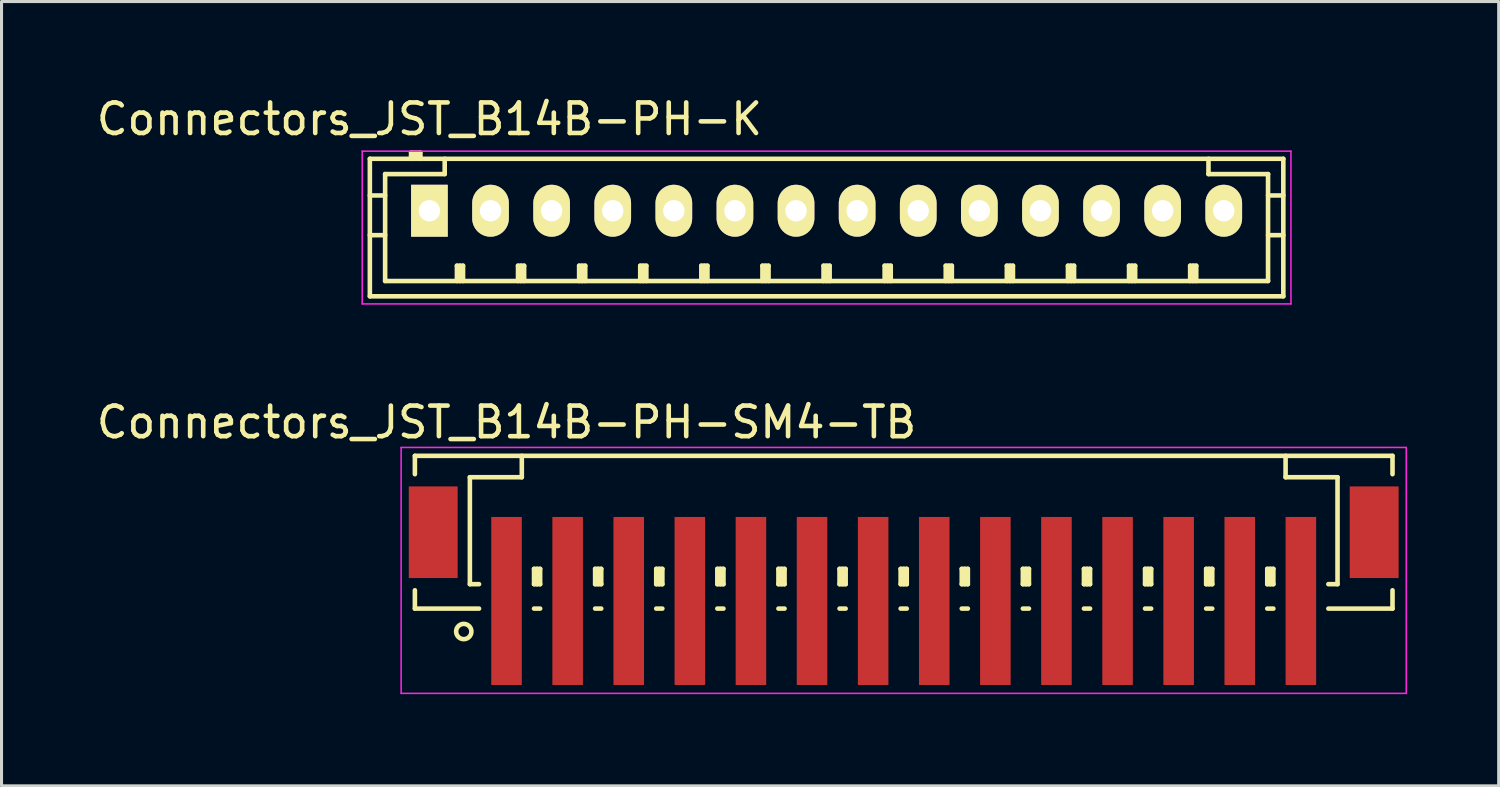
<source format=kicad_pcb>
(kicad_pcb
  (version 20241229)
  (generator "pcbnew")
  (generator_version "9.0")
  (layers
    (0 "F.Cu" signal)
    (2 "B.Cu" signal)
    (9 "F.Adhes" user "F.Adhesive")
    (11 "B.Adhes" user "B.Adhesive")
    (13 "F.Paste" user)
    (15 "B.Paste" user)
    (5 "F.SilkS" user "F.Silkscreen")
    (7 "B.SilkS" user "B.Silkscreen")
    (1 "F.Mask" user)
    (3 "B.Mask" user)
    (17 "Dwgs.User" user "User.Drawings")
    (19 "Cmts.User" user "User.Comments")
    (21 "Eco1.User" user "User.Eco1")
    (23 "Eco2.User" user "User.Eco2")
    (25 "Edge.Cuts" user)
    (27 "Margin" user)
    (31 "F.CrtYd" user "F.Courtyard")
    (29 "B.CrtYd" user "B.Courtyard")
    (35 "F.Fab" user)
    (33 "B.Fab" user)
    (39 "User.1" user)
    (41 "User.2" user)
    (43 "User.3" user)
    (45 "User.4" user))
  (footprint "Connectors_JST_B14B-PH-SM4-TB"
    (layer "F.Cu")
    (at 26.53 15.496)
    (property "Reference" "Connectors_JST_B14B-PH-SM4-TB" (at -13 -4.725 0) (layer "F.SilkS") (effects (font (size 1 1) (thickness 0.15))))
    (attr smd)
    (fp_line (start -16 -3.625) (end 16 -3.625) (stroke (width 0.15) (type solid)) (layer "F.SilkS"))
    (fp_line (start -16 -3.025) (end -16 -3.625) (stroke (width 0.15) (type solid)) (layer "F.SilkS"))
    (fp_line (start -16 0.775) (end -16 1.375) (stroke (width 0.15) (type solid)) (layer "F.SilkS"))
    (fp_line (start -16 1.375) (end -13.9 1.375) (stroke (width 0.15) (type solid)) (layer "F.SilkS"))
    (fp_line (start -14.2 -2.925) (end -14.2 0.575) (stroke (width 0.15) (type solid)) (layer "F.SilkS"))
    (fp_line (start -14.2 0.575) (end -13.9 0.575) (stroke (width 0.15) (type solid)) (layer "F.SilkS"))
    (fp_line (start -12.5 -3.625) (end -12.5 -2.925) (stroke (width 0.15) (type solid)) (layer "F.SilkS"))
    (fp_line (start -12.5 -2.925) (end -14.2 -2.925) (stroke (width 0.15) (type solid)) (layer "F.SilkS"))
    (fp_line (start -12.1 0.075) (end -11.9 0.075) (stroke (width 0.15) (type solid)) (layer "F.SilkS"))
    (fp_line (start -12.1 0.575) (end -12.1 0.075) (stroke (width 0.15) (type solid)) (layer "F.SilkS"))
    (fp_line (start -12.1 0.575) (end -11.9 0.575) (stroke (width 0.15) (type solid)) (layer "F.SilkS"))
    (fp_line (start -12.1 1.375) (end -11.9 1.375) (stroke (width 0.15) (type solid)) (layer "F.SilkS"))
    (fp_line (start -12 0.575) (end -12 0.075) (stroke (width 0.15) (type solid)) (layer "F.SilkS"))
    (fp_line (start -11.9 0.075) (end -11.9 0.575) (stroke (width 0.15) (type solid)) (layer "F.SilkS"))
    (fp_line (start -10.1 0.075) (end -9.9 0.075) (stroke (width 0.15) (type solid)) (layer "F.SilkS"))
    (fp_line (start -10.1 0.575) (end -10.1 0.075) (stroke (width 0.15) (type solid)) (layer "F.SilkS"))
    (fp_line (start -10.1 0.575) (end -9.9 0.575) (stroke (width 0.15) (type solid)) (layer "F.SilkS"))
    (fp_line (start -10.1 1.375) (end -9.9 1.375) (stroke (width 0.15) (type solid)) (layer "F.SilkS"))
    (fp_line (start -10 0.575) (end -10 0.075) (stroke (width 0.15) (type solid)) (layer "F.SilkS"))
    (fp_line (start -9.9 0.075) (end -9.9 0.575) (stroke (width 0.15) (type solid)) (layer "F.SilkS"))
    (fp_line (start -8.1 0.075) (end -7.9 0.075) (stroke (width 0.15) (type solid)) (layer "F.SilkS"))
    (fp_line (start -8.1 0.575) (end -8.1 0.075) (stroke (width 0.15) (type solid)) (layer "F.SilkS"))
    (fp_line (start -8.1 0.575) (end -7.9 0.575) (stroke (width 0.15) (type solid)) (layer "F.SilkS"))
    (fp_line (start -8.1 1.375) (end -7.9 1.375) (stroke (width 0.15) (type solid)) (layer "F.SilkS"))
    (fp_line (start -8 0.575) (end -8 0.075) (stroke (width 0.15) (type solid)) (layer "F.SilkS"))
    (fp_line (start -7.9 0.075) (end -7.9 0.575) (stroke (width 0.15) (type solid)) (layer "F.SilkS"))
    (fp_line (start -6.1 0.075) (end -5.9 0.075) (stroke (width 0.15) (type solid)) (layer "F.SilkS"))
    (fp_line (start -6.1 0.575) (end -6.1 0.075) (stroke (width 0.15) (type solid)) (layer "F.SilkS"))
    (fp_line (start -6.1 0.575) (end -5.9 0.575) (stroke (width 0.15) (type solid)) (layer "F.SilkS"))
    (fp_line (start -6.1 1.375) (end -5.9 1.375) (stroke (width 0.15) (type solid)) (layer "F.SilkS"))
    (fp_line (start -6 0.575) (end -6 0.075) (stroke (width 0.15) (type solid)) (layer "F.SilkS"))
    (fp_line (start -5.9 0.075) (end -5.9 0.575) (stroke (width 0.15) (type solid)) (layer "F.SilkS"))
    (fp_line (start -4.1 0.075) (end -3.9 0.075) (stroke (width 0.15) (type solid)) (layer "F.SilkS"))
    (fp_line (start -4.1 0.575) (end -4.1 0.075) (stroke (width 0.15) (type solid)) (layer "F.SilkS"))
    (fp_line (start -4.1 0.575) (end -3.9 0.575) (stroke (width 0.15) (type solid)) (layer "F.SilkS"))
    (fp_line (start -4.1 1.375) (end -3.9 1.375) (stroke (width 0.15) (type solid)) (layer "F.SilkS"))
    (fp_line (start -4 0.575) (end -4 0.075) (stroke (width 0.15) (type solid)) (layer "F.SilkS"))
    (fp_line (start -3.9 0.075) (end -3.9 0.575) (stroke (width 0.15) (type solid)) (layer "F.SilkS"))
    (fp_line (start -2.1 0.075) (end -1.9 0.075) (stroke (width 0.15) (type solid)) (layer "F.SilkS"))
    (fp_line (start -2.1 0.575) (end -2.1 0.075) (stroke (width 0.15) (type solid)) (layer "F.SilkS"))
    (fp_line (start -2.1 0.575) (end -1.9 0.575) (stroke (width 0.15) (type solid)) (layer "F.SilkS"))
    (fp_line (start -2.1 1.375) (end -1.9 1.375) (stroke (width 0.15) (type solid)) (layer "F.SilkS"))
    (fp_line (start -2 0.575) (end -2 0.075) (stroke (width 0.15) (type solid)) (layer "F.SilkS"))
    (fp_line (start -1.9 0.075) (end -1.9 0.575) (stroke (width 0.15) (type solid)) (layer "F.SilkS"))
    (fp_line (start -0.1 0.075) (end 0.1 0.075) (stroke (width 0.15) (type solid)) (layer "F.SilkS"))
    (fp_line (start -0.1 0.575) (end -0.1 0.075) (stroke (width 0.15) (type solid)) (layer "F.SilkS"))
    (fp_line (start -0.1 0.575) (end 0.1 0.575) (stroke (width 0.15) (type solid)) (layer "F.SilkS"))
    (fp_line (start -0.1 1.375) (end 0.1 1.375) (stroke (width 0.15) (type solid)) (layer "F.SilkS"))
    (fp_line (start 0 0.575) (end 0 0.075) (stroke (width 0.15) (type solid)) (layer "F.SilkS"))
    (fp_line (start 0.1 0.075) (end 0.1 0.575) (stroke (width 0.15) (type solid)) (layer "F.SilkS"))
    (fp_line (start 1.9 0.075) (end 2.1 0.075) (stroke (width 0.15) (type solid)) (layer "F.SilkS"))
    (fp_line (start 1.9 0.575) (end 1.9 0.075) (stroke (width 0.15) (type solid)) (layer "F.SilkS"))
    (fp_line (start 1.9 0.575) (end 2.1 0.575) (stroke (width 0.15) (type solid)) (layer "F.SilkS"))
    (fp_line (start 1.9 1.375) (end 2.1 1.375) (stroke (width 0.15) (type solid)) (layer "F.SilkS"))
    (fp_line (start 2 0.575) (end 2 0.075) (stroke (width 0.15) (type solid)) (layer "F.SilkS"))
    (fp_line (start 2.1 0.075) (end 2.1 0.575) (stroke (width 0.15) (type solid)) (layer "F.SilkS"))
    (fp_line (start 3.9 0.075) (end 4.1 0.075) (stroke (width 0.15) (type solid)) (layer "F.SilkS"))
    (fp_line (start 3.9 0.575) (end 3.9 0.075) (stroke (width 0.15) (type solid)) (layer "F.SilkS"))
    (fp_line (start 3.9 0.575) (end 4.1 0.575) (stroke (width 0.15) (type solid)) (layer "F.SilkS"))
    (fp_line (start 3.9 1.375) (end 4.1 1.375) (stroke (width 0.15) (type solid)) (layer "F.SilkS"))
    (fp_line (start 4 0.575) (end 4 0.075) (stroke (width 0.15) (type solid)) (layer "F.SilkS"))
    (fp_line (start 4.1 0.075) (end 4.1 0.575) (stroke (width 0.15) (type solid)) (layer "F.SilkS"))
    (fp_line (start 5.9 0.075) (end 6.1 0.075) (stroke (width 0.15) (type solid)) (layer "F.SilkS"))
    (fp_line (start 5.9 0.575) (end 5.9 0.075) (stroke (width 0.15) (type solid)) (layer "F.SilkS"))
    (fp_line (start 5.9 0.575) (end 6.1 0.575) (stroke (width 0.15) (type solid)) (layer "F.SilkS"))
    (fp_line (start 5.9 1.375) (end 6.1 1.375) (stroke (width 0.15) (type solid)) (layer "F.SilkS"))
    (fp_line (start 6 0.575) (end 6 0.075) (stroke (width 0.15) (type solid)) (layer "F.SilkS"))
    (fp_line (start 6.1 0.075) (end 6.1 0.575) (stroke (width 0.15) (type solid)) (layer "F.SilkS"))
    (fp_line (start 7.9 0.075) (end 8.1 0.075) (stroke (width 0.15) (type solid)) (layer "F.SilkS"))
    (fp_line (start 7.9 0.575) (end 7.9 0.075) (stroke (width 0.15) (type solid)) (layer "F.SilkS"))
    (fp_line (start 7.9 0.575) (end 8.1 0.575) (stroke (width 0.15) (type solid)) (layer "F.SilkS"))
    (fp_line (start 7.9 1.375) (end 8.1 1.375) (stroke (width 0.15) (type solid)) (layer "F.SilkS"))
    (fp_line (start 8 0.575) (end 8 0.075) (stroke (width 0.15) (type solid)) (layer "F.SilkS"))
    (fp_line (start 8.1 0.075) (end 8.1 0.575) (stroke (width 0.15) (type solid)) (layer "F.SilkS"))
    (fp_line (start 9.9 0.075) (end 10.1 0.075) (stroke (width 0.15) (type solid)) (layer "F.SilkS"))
    (fp_line (start 9.9 0.575) (end 9.9 0.075) (stroke (width 0.15) (type solid)) (layer "F.SilkS"))
    (fp_line (start 9.9 0.575) (end 10.1 0.575) (stroke (width 0.15) (type solid)) (layer "F.SilkS"))
    (fp_line (start 9.9 1.375) (end 10.1 1.375) (stroke (width 0.15) (type solid)) (layer "F.SilkS"))
    (fp_line (start 10 0.575) (end 10 0.075) (stroke (width 0.15) (type solid)) (layer "F.SilkS"))
    (fp_line (start 10.1 0.075) (end 10.1 0.575) (stroke (width 0.15) (type solid)) (layer "F.SilkS"))
    (fp_line (start 11.9 0.075) (end 12.1 0.075) (stroke (width 0.15) (type solid)) (layer "F.SilkS"))
    (fp_line (start 11.9 0.575) (end 11.9 0.075) (stroke (width 0.15) (type solid)) (layer "F.SilkS"))
    (fp_line (start 11.9 0.575) (end 12.1 0.575) (stroke (width 0.15) (type solid)) (layer "F.SilkS"))
    (fp_line (start 11.9 1.375) (end 12.1 1.375) (stroke (width 0.15) (type solid)) (layer "F.SilkS"))
    (fp_line (start 12 0.575) (end 12 0.075) (stroke (width 0.15) (type solid)) (layer "F.SilkS"))
    (fp_line (start 12.1 0.075) (end 12.1 0.575) (stroke (width 0.15) (type solid)) (layer "F.SilkS"))
    (fp_line (start 12.5 -3.625) (end 12.5 -2.925) (stroke (width 0.15) (type solid)) (layer "F.SilkS"))
    (fp_line (start 12.5 -2.925) (end 14.2 -2.925) (stroke (width 0.15) (type solid)) (layer "F.SilkS"))
    (fp_line (start 14.2 -2.925) (end 14.2 0.575) (stroke (width 0.15) (type solid)) (layer "F.SilkS"))
    (fp_line (start 14.2 0.575) (end 13.9 0.575) (stroke (width 0.15) (type solid)) (layer "F.SilkS"))
    (fp_line (start 16 -3.625) (end 16 -3.025) (stroke (width 0.15) (type solid)) (layer "F.SilkS"))
    (fp_line (start 16 0.775) (end 16 1.375) (stroke (width 0.15) (type solid)) (layer "F.SilkS"))
    (fp_line (start 16 1.375) (end 13.9 1.375) (stroke (width 0.15) (type solid)) (layer "F.SilkS"))
    (fp_circle (center -14.4 2.125) (end -14.15 2.125) (stroke (width 0.15) (type solid)) (fill no) (layer "F.SilkS"))
    (fp_line (start -16.45 -3.9) (end 16.45 -3.9) (stroke (width 0.05) (type solid)) (layer "F.CrtYd"))
    (fp_line (start -16.45 4.15) (end -16.45 -3.9) (stroke (width 0.05) (type solid)) (layer "F.CrtYd"))
    (fp_line (start 16.45 -3.9) (end 16.45 4.15) (stroke (width 0.05) (type solid)) (layer "F.CrtYd"))
    (fp_line (start 16.45 4.15) (end -16.45 4.15) (stroke (width 0.05) (type solid)) (layer "F.CrtYd"))
    (pad "" smd rect (at -15.4 -1.125) (size 1.6 3) (layers "F.Cu" "F.Mask" "F.Paste"))
    (pad "" smd rect (at 15.4 -1.125) (size 1.6 3) (layers "F.Cu" "F.Mask" "F.Paste"))
    (pad "1" smd rect (at -13 1.125) (size 1 5.5) (layers "F.Cu" "F.Mask" "F.Paste"))
    (pad "2" smd rect (at -11 1.125) (size 1 5.5) (layers "F.Cu" "F.Mask" "F.Paste"))
    (pad "3" smd rect (at -9 1.125) (size 1 5.5) (layers "F.Cu" "F.Mask" "F.Paste"))
    (pad "4" smd rect (at -7 1.125) (size 1 5.5) (layers "F.Cu" "F.Mask" "F.Paste"))
    (pad "5" smd rect (at -5 1.125) (size 1 5.5) (layers "F.Cu" "F.Mask" "F.Paste"))
    (pad "6" smd rect (at -3 1.125) (size 1 5.5) (layers "F.Cu" "F.Mask" "F.Paste"))
    (pad "7" smd rect (at -1 1.125) (size 1 5.5) (layers "F.Cu" "F.Mask" "F.Paste"))
    (pad "8" smd rect (at 1 1.125) (size 1 5.5) (layers "F.Cu" "F.Mask" "F.Paste"))
    (pad "9" smd rect (at 3 1.125) (size 1 5.5) (layers "F.Cu" "F.Mask" "F.Paste"))
    (pad "10" smd rect (at 5 1.125) (size 1 5.5) (layers "F.Cu" "F.Mask" "F.Paste"))
    (pad "11" smd rect (at 7 1.125) (size 1 5.5) (layers "F.Cu" "F.Mask" "F.Paste"))
    (pad "12" smd rect (at 9 1.125) (size 1 5.5) (layers "F.Cu" "F.Mask" "F.Paste"))
    (pad "13" smd rect (at 11 1.125) (size 1 5.5) (layers "F.Cu" "F.Mask" "F.Paste"))
    (pad "14" smd rect (at 13 1.125) (size 1 5.5) (layers "F.Cu" "F.Mask" "F.Paste")))
  (footprint "Connectors_JST_B14B-PH-K"
    (layer "F.Cu")
    (at 11.006 3.848)
    (property "Reference" "Connectors_JST_B14B-PH-K" (at 0 -3 0) (layer "F.SilkS") (effects (font (size 1 1) (thickness 0.15))))
    (attr through_hole)
    (fp_line (start -1.95 -1.7) (end 27.95 -1.7) (stroke (width 0.15) (type solid)) (layer "F.SilkS"))
    (fp_line (start -1.95 -0.5) (end -1.45 -0.5) (stroke (width 0.15) (type solid)) (layer "F.SilkS"))
    (fp_line (start -1.95 0.8) (end -1.45 0.8) (stroke (width 0.15) (type solid)) (layer "F.SilkS"))
    (fp_line (start -1.95 2.8) (end -1.95 -1.7) (stroke (width 0.15) (type solid)) (layer "F.SilkS"))
    (fp_line (start -1.45 -1.2) (end -1.45 2.3) (stroke (width 0.15) (type solid)) (layer "F.SilkS"))
    (fp_line (start -1.45 2.3) (end 27.45 2.3) (stroke (width 0.15) (type solid)) (layer "F.SilkS"))
    (fp_line (start -0.6 -1.9) (end -0.6 -1.7) (stroke (width 0.15) (type solid)) (layer "F.SilkS"))
    (fp_line (start -0.3 -1.9) (end -0.6 -1.9) (stroke (width 0.15) (type solid)) (layer "F.SilkS"))
    (fp_line (start -0.3 -1.8) (end -0.6 -1.8) (stroke (width 0.15) (type solid)) (layer "F.SilkS"))
    (fp_line (start -0.3 -1.7) (end -0.3 -1.9) (stroke (width 0.15) (type solid)) (layer "F.SilkS"))
    (fp_line (start 0.5 -1.7) (end 0.5 -1.2) (stroke (width 0.15) (type solid)) (layer "F.SilkS"))
    (fp_line (start 0.5 -1.2) (end -1.45 -1.2) (stroke (width 0.15) (type solid)) (layer "F.SilkS"))
    (fp_line (start 0.9 1.8) (end 1.1 1.8) (stroke (width 0.15) (type solid)) (layer "F.SilkS"))
    (fp_line (start 0.9 2.3) (end 0.9 1.8) (stroke (width 0.15) (type solid)) (layer "F.SilkS"))
    (fp_line (start 1 2.3) (end 1 1.8) (stroke (width 0.15) (type solid)) (layer "F.SilkS"))
    (fp_line (start 1.1 1.8) (end 1.1 2.3) (stroke (width 0.15) (type solid)) (layer "F.SilkS"))
    (fp_line (start 2.9 1.8) (end 3.1 1.8) (stroke (width 0.15) (type solid)) (layer "F.SilkS"))
    (fp_line (start 2.9 2.3) (end 2.9 1.8) (stroke (width 0.15) (type solid)) (layer "F.SilkS"))
    (fp_line (start 3 2.3) (end 3 1.8) (stroke (width 0.15) (type solid)) (layer "F.SilkS"))
    (fp_line (start 3.1 1.8) (end 3.1 2.3) (stroke (width 0.15) (type solid)) (layer "F.SilkS"))
    (fp_line (start 4.9 1.8) (end 5.1 1.8) (stroke (width 0.15) (type solid)) (layer "F.SilkS"))
    (fp_line (start 4.9 2.3) (end 4.9 1.8) (stroke (width 0.15) (type solid)) (layer "F.SilkS"))
    (fp_line (start 5 2.3) (end 5 1.8) (stroke (width 0.15) (type solid)) (layer "F.SilkS"))
    (fp_line (start 5.1 1.8) (end 5.1 2.3) (stroke (width 0.15) (type solid)) (layer "F.SilkS"))
    (fp_line (start 6.9 1.8) (end 7.1 1.8) (stroke (width 0.15) (type solid)) (layer "F.SilkS"))
    (fp_line (start 6.9 2.3) (end 6.9 1.8) (stroke (width 0.15) (type solid)) (layer "F.SilkS"))
    (fp_line (start 7 2.3) (end 7 1.8) (stroke (width 0.15) (type solid)) (layer "F.SilkS"))
    (fp_line (start 7.1 1.8) (end 7.1 2.3) (stroke (width 0.15) (type solid)) (layer "F.SilkS"))
    (fp_line (start 8.9 1.8) (end 9.1 1.8) (stroke (width 0.15) (type solid)) (layer "F.SilkS"))
    (fp_line (start 8.9 2.3) (end 8.9 1.8) (stroke (width 0.15) (type solid)) (layer "F.SilkS"))
    (fp_line (start 9 2.3) (end 9 1.8) (stroke (width 0.15) (type solid)) (layer "F.SilkS"))
    (fp_line (start 9.1 1.8) (end 9.1 2.3) (stroke (width 0.15) (type solid)) (layer "F.SilkS"))
    (fp_line (start 10.9 1.8) (end 11.1 1.8) (stroke (width 0.15) (type solid)) (layer "F.SilkS"))
    (fp_line (start 10.9 2.3) (end 10.9 1.8) (stroke (width 0.15) (type solid)) (layer "F.SilkS"))
    (fp_line (start 11 2.3) (end 11 1.8) (stroke (width 0.15) (type solid)) (layer "F.SilkS"))
    (fp_line (start 11.1 1.8) (end 11.1 2.3) (stroke (width 0.15) (type solid)) (layer "F.SilkS"))
    (fp_line (start 12.9 1.8) (end 13.1 1.8) (stroke (width 0.15) (type solid)) (layer "F.SilkS"))
    (fp_line (start 12.9 2.3) (end 12.9 1.8) (stroke (width 0.15) (type solid)) (layer "F.SilkS"))
    (fp_line (start 13 2.3) (end 13 1.8) (stroke (width 0.15) (type solid)) (layer "F.SilkS"))
    (fp_line (start 13.1 1.8) (end 13.1 2.3) (stroke (width 0.15) (type solid)) (layer "F.SilkS"))
    (fp_line (start 14.9 1.8) (end 15.1 1.8) (stroke (width 0.15) (type solid)) (layer "F.SilkS"))
    (fp_line (start 14.9 2.3) (end 14.9 1.8) (stroke (width 0.15) (type solid)) (layer "F.SilkS"))
    (fp_line (start 15 2.3) (end 15 1.8) (stroke (width 0.15) (type solid)) (layer "F.SilkS"))
    (fp_line (start 15.1 1.8) (end 15.1 2.3) (stroke (width 0.15) (type solid)) (layer "F.SilkS"))
    (fp_line (start 16.9 1.8) (end 17.1 1.8) (stroke (width 0.15) (type solid)) (layer "F.SilkS"))
    (fp_line (start 16.9 2.3) (end 16.9 1.8) (stroke (width 0.15) (type solid)) (layer "F.SilkS"))
    (fp_line (start 17 2.3) (end 17 1.8) (stroke (width 0.15) (type solid)) (layer "F.SilkS"))
    (fp_line (start 17.1 1.8) (end 17.1 2.3) (stroke (width 0.15) (type solid)) (layer "F.SilkS"))
    (fp_line (start 18.9 1.8) (end 19.1 1.8) (stroke (width 0.15) (type solid)) (layer "F.SilkS"))
    (fp_line (start 18.9 2.3) (end 18.9 1.8) (stroke (width 0.15) (type solid)) (layer "F.SilkS"))
    (fp_line (start 19 2.3) (end 19 1.8) (stroke (width 0.15) (type solid)) (layer "F.SilkS"))
    (fp_line (start 19.1 1.8) (end 19.1 2.3) (stroke (width 0.15) (type solid)) (layer "F.SilkS"))
    (fp_line (start 20.9 1.8) (end 21.1 1.8) (stroke (width 0.15) (type solid)) (layer "F.SilkS"))
    (fp_line (start 20.9 2.3) (end 20.9 1.8) (stroke (width 0.15) (type solid)) (layer "F.SilkS"))
    (fp_line (start 21 2.3) (end 21 1.8) (stroke (width 0.15) (type solid)) (layer "F.SilkS"))
    (fp_line (start 21.1 1.8) (end 21.1 2.3) (stroke (width 0.15) (type solid)) (layer "F.SilkS"))
    (fp_line (start 22.9 1.8) (end 23.1 1.8) (stroke (width 0.15) (type solid)) (layer "F.SilkS"))
    (fp_line (start 22.9 2.3) (end 22.9 1.8) (stroke (width 0.15) (type solid)) (layer "F.SilkS"))
    (fp_line (start 23 2.3) (end 23 1.8) (stroke (width 0.15) (type solid)) (layer "F.SilkS"))
    (fp_line (start 23.1 1.8) (end 23.1 2.3) (stroke (width 0.15) (type solid)) (layer "F.SilkS"))
    (fp_line (start 24.9 1.8) (end 25.1 1.8) (stroke (width 0.15) (type solid)) (layer "F.SilkS"))
    (fp_line (start 24.9 2.3) (end 24.9 1.8) (stroke (width 0.15) (type solid)) (layer "F.SilkS"))
    (fp_line (start 25 2.3) (end 25 1.8) (stroke (width 0.15) (type solid)) (layer "F.SilkS"))
    (fp_line (start 25.1 1.8) (end 25.1 2.3) (stroke (width 0.15) (type solid)) (layer "F.SilkS"))
    (fp_line (start 25.5 -1.2) (end 25.5 -1.7) (stroke (width 0.15) (type solid)) (layer "F.SilkS"))
    (fp_line (start 27.45 -1.2) (end 25.5 -1.2) (stroke (width 0.15) (type solid)) (layer "F.SilkS"))
    (fp_line (start 27.45 -0.5) (end 27.95 -0.5) (stroke (width 0.15) (type solid)) (layer "F.SilkS"))
    (fp_line (start 27.45 0.8) (end 27.95 0.8) (stroke (width 0.15) (type solid)) (layer "F.SilkS"))
    (fp_line (start 27.45 2.3) (end 27.45 -1.2) (stroke (width 0.15) (type solid)) (layer "F.SilkS"))
    (fp_line (start 27.95 -1.7) (end 27.95 2.8) (stroke (width 0.15) (type solid)) (layer "F.SilkS"))
    (fp_line (start 27.95 2.8) (end -1.95 2.8) (stroke (width 0.15) (type solid)) (layer "F.SilkS"))
    (fp_line (start -2.2 -1.95) (end 28.2 -1.95) (stroke (width 0.05) (type solid)) (layer "F.CrtYd"))
    (fp_line (start -2.2 3.05) (end -2.2 -1.95) (stroke (width 0.05) (type solid)) (layer "F.CrtYd"))
    (fp_line (start 28.2 -1.95) (end 28.2 3.05) (stroke (width 0.05) (type solid)) (layer "F.CrtYd"))
    (fp_line (start 28.2 3.05) (end -2.2 3.05) (stroke (width 0.05) (type solid)) (layer "F.CrtYd"))
    (pad "1" thru_hole rect (at 0 0) (size 1.2 1.7) (drill 0.7) (layers "*.Cu" "*.Mask" "F.SilkS"))
    (pad "2" thru_hole oval (at 2 0) (size 1.2 1.7) (drill 0.7) (layers "*.Cu" "*.Mask" "F.SilkS"))
    (pad "3" thru_hole oval (at 4 0) (size 1.2 1.7) (drill 0.7) (layers "*.Cu" "*.Mask" "F.SilkS"))
    (pad "4" thru_hole oval (at 6 0) (size 1.2 1.7) (drill 0.7) (layers "*.Cu" "*.Mask" "F.SilkS"))
    (pad "5" thru_hole oval (at 8 0) (size 1.2 1.7) (drill 0.7) (layers "*.Cu" "*.Mask" "F.SilkS"))
    (pad "6" thru_hole oval (at 10 0) (size 1.2 1.7) (drill 0.7) (layers "*.Cu" "*.Mask" "F.SilkS"))
    (pad "7" thru_hole oval (at 12 0) (size 1.2 1.7) (drill 0.7) (layers "*.Cu" "*.Mask" "F.SilkS"))
    (pad "8" thru_hole oval (at 14 0) (size 1.2 1.7) (drill 0.7) (layers "*.Cu" "*.Mask" "F.SilkS"))
    (pad "9" thru_hole oval (at 16 0) (size 1.2 1.7) (drill 0.7) (layers "*.Cu" "*.Mask" "F.SilkS"))
    (pad "10" thru_hole oval (at 18 0) (size 1.2 1.7) (drill 0.7) (layers "*.Cu" "*.Mask" "F.SilkS"))
    (pad "11" thru_hole oval (at 20 0) (size 1.2 1.7) (drill 0.7) (layers "*.Cu" "*.Mask" "F.SilkS"))
    (pad "12" thru_hole oval (at 22 0) (size 1.2 1.7) (drill 0.7) (layers "*.Cu" "*.Mask" "F.SilkS"))
    (pad "13" thru_hole oval (at 24 0) (size 1.2 1.7) (drill 0.7) (layers "*.Cu" "*.Mask" "F.SilkS"))
    (pad "14" thru_hole oval (at 26 0) (size 1.2 1.7) (drill 0.7) (layers "*.Cu" "*.Mask" "F.SilkS")))
  (gr_rect
    (start -3 -3)
    (end 46.005 22.672)
    (stroke (width 0.1) (type default))
    (fill no)
    (layer "Edge.Cuts")))
</source>
